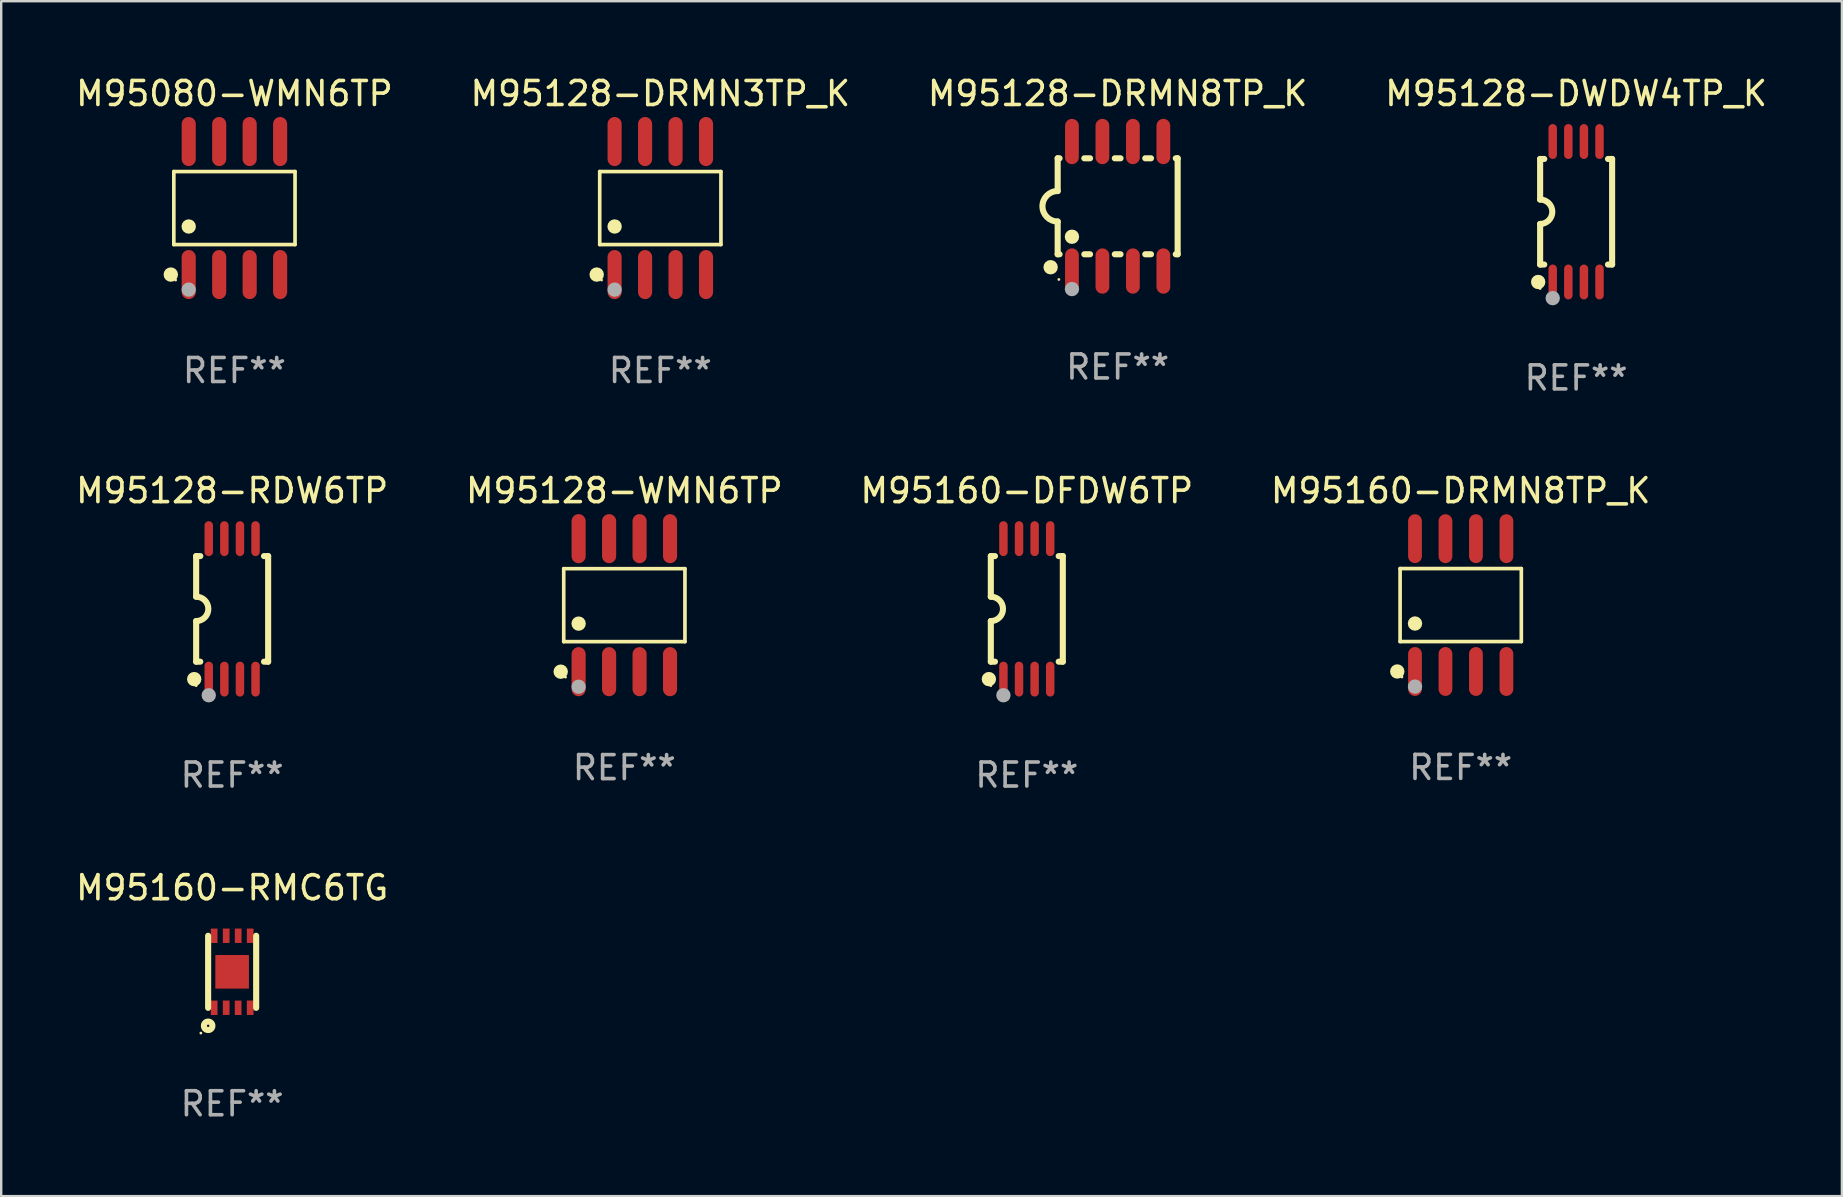
<source format=kicad_pcb>
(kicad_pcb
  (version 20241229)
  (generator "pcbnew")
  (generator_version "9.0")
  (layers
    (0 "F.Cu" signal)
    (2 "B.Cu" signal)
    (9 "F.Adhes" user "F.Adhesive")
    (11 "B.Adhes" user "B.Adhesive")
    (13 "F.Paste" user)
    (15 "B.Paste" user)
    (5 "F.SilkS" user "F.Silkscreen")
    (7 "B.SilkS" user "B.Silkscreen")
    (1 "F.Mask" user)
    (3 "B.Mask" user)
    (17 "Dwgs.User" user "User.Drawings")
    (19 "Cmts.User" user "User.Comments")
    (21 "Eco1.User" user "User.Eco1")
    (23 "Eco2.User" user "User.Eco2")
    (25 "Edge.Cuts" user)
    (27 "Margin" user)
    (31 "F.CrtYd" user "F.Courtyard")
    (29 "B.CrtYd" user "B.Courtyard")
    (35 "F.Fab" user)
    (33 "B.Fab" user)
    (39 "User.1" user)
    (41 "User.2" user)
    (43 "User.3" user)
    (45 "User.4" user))
  (footprint "M95080-WMN6TP"
    (layer "F.Cu")
    (at 6.72 5.621)
    (property "Reference" "M95080-WMN6TP" (at 0 -4.772 0) (layer "F.SilkS") (effects (font (size 1 1) (thickness 0.15))))
    (attr through_hole)
    (fp_line (start -2.526 -1.521) (end 2.526 -1.521) (stroke (width 0.152) (type solid)) (layer "F.SilkS"))
    (fp_line (start -2.526 1.521) (end -2.526 -1.521) (stroke (width 0.152) (type solid)) (layer "F.SilkS"))
    (fp_line (start 2.526 -1.521) (end 2.526 1.521) (stroke (width 0.152) (type solid)) (layer "F.SilkS"))
    (fp_line (start 2.526 1.521) (end -2.526 1.521) (stroke (width 0.152) (type solid)) (layer "F.SilkS"))
    (fp_circle (center -2.652 2.772) (end -2.501 2.772) (stroke (width 0.3) (type solid)) (fill no) (layer "F.SilkS"))
    (fp_circle (center -2.45 3) (end -2.42 3) (stroke (width 0.06) (type solid)) (fill no) (layer "F.SilkS"))
    (fp_circle (center -1.905 0.769) (end -1.755 0.769) (stroke (width 0.3) (type solid)) (fill no) (layer "F.SilkS"))
    (fp_circle (center -1.905 3.4) (end -1.755 3.4) (stroke (width 0.3) (type solid)) (fill no) (layer "F.Fab"))
    (fp_text user "REF**" (at 0 6.772 0) (layer "F.Fab") (effects (font (size 1 1) (thickness 0.15))))
    (pad "1" smd oval (at -1.905 2.772) (size 0.588 2.045) (layers "F.Cu" "F.Mask" "F.Paste"))
    (pad "2" smd oval (at -0.635 2.772) (size 0.588 2.045) (layers "F.Cu" "F.Mask" "F.Paste"))
    (pad "3" smd oval (at 0.635 2.772) (size 0.588 2.045) (layers "F.Cu" "F.Mask" "F.Paste"))
    (pad "4" smd oval (at 1.905 2.772) (size 0.588 2.045) (layers "F.Cu" "F.Mask" "F.Paste"))
    (pad "5" smd oval (at 1.905 -2.772) (size 0.588 2.045) (layers "F.Cu" "F.Mask" "F.Paste"))
    (pad "6" smd oval (at 0.635 -2.772) (size 0.588 2.045) (layers "F.Cu" "F.Mask" "F.Paste"))
    (pad "7" smd oval (at -0.635 -2.772) (size 0.588 2.045) (layers "F.Cu" "F.Mask" "F.Paste"))
    (pad "8" smd oval (at -1.905 -2.772) (size 0.588 2.045) (layers "F.Cu" "F.Mask" "F.Paste")))
  (footprint "M95128-DRMN3TP_K"
    (layer "F.Cu")
    (at 24.47 5.621)
    (property "Reference" "M95128-DRMN3TP_K" (at 0 -4.772 0) (layer "F.SilkS") (effects (font (size 1 1) (thickness 0.15))))
    (attr through_hole)
    (fp_line (start -2.526 -1.521) (end 2.526 -1.521) (stroke (width 0.152) (type solid)) (layer "F.SilkS"))
    (fp_line (start -2.526 1.521) (end -2.526 -1.521) (stroke (width 0.152) (type solid)) (layer "F.SilkS"))
    (fp_line (start 2.526 -1.521) (end 2.526 1.521) (stroke (width 0.152) (type solid)) (layer "F.SilkS"))
    (fp_line (start 2.526 1.521) (end -2.526 1.521) (stroke (width 0.152) (type solid)) (layer "F.SilkS"))
    (fp_circle (center -2.652 2.772) (end -2.501 2.772) (stroke (width 0.3) (type solid)) (fill no) (layer "F.SilkS"))
    (fp_circle (center -2.45 3) (end -2.42 3) (stroke (width 0.06) (type solid)) (fill no) (layer "F.SilkS"))
    (fp_circle (center -1.905 0.769) (end -1.755 0.769) (stroke (width 0.3) (type solid)) (fill no) (layer "F.SilkS"))
    (fp_circle (center -1.905 3.4) (end -1.755 3.4) (stroke (width 0.3) (type solid)) (fill no) (layer "F.Fab"))
    (fp_text user "REF**" (at 0 6.772 0) (layer "F.Fab") (effects (font (size 1 1) (thickness 0.15))))
    (pad "1" smd oval (at -1.905 2.772) (size 0.588 2.045) (layers "F.Cu" "F.Mask" "F.Paste"))
    (pad "2" smd oval (at -0.635 2.772) (size 0.588 2.045) (layers "F.Cu" "F.Mask" "F.Paste"))
    (pad "3" smd oval (at 0.635 2.772) (size 0.588 2.045) (layers "F.Cu" "F.Mask" "F.Paste"))
    (pad "4" smd oval (at 1.905 2.772) (size 0.588 2.045) (layers "F.Cu" "F.Mask" "F.Paste"))
    (pad "5" smd oval (at 1.905 -2.772) (size 0.588 2.045) (layers "F.Cu" "F.Mask" "F.Paste"))
    (pad "6" smd oval (at 0.635 -2.772) (size 0.588 2.045) (layers "F.Cu" "F.Mask" "F.Paste"))
    (pad "7" smd oval (at -0.635 -2.772) (size 0.588 2.045) (layers "F.Cu" "F.Mask" "F.Paste"))
    (pad "8" smd oval (at -1.905 -2.772) (size 0.588 2.045) (layers "F.Cu" "F.Mask" "F.Paste")))
  (footprint "M95128-WMN6TP"
    (layer "F.Cu")
    (at 22.97 22.171)
    (property "Reference" "M95128-WMN6TP" (at 0 -4.772 0) (layer "F.SilkS") (effects (font (size 1 1) (thickness 0.15))))
    (attr through_hole)
    (fp_line (start -2.526 -1.521) (end 2.526 -1.521) (stroke (width 0.152) (type solid)) (layer "F.SilkS"))
    (fp_line (start -2.526 1.521) (end -2.526 -1.521) (stroke (width 0.152) (type solid)) (layer "F.SilkS"))
    (fp_line (start 2.526 -1.521) (end 2.526 1.521) (stroke (width 0.152) (type solid)) (layer "F.SilkS"))
    (fp_line (start 2.526 1.521) (end -2.526 1.521) (stroke (width 0.152) (type solid)) (layer "F.SilkS"))
    (fp_circle (center -2.652 2.772) (end -2.501 2.772) (stroke (width 0.3) (type solid)) (fill no) (layer "F.SilkS"))
    (fp_circle (center -2.45 3) (end -2.42 3) (stroke (width 0.06) (type solid)) (fill no) (layer "F.SilkS"))
    (fp_circle (center -1.905 0.769) (end -1.755 0.769) (stroke (width 0.3) (type solid)) (fill no) (layer "F.SilkS"))
    (fp_circle (center -1.905 3.4) (end -1.755 3.4) (stroke (width 0.3) (type solid)) (fill no) (layer "F.Fab"))
    (fp_text user "REF**" (at 0 6.772 0) (layer "F.Fab") (effects (font (size 1 1) (thickness 0.15))))
    (pad "1" smd oval (at -1.905 2.772) (size 0.588 2.045) (layers "F.Cu" "F.Mask" "F.Paste"))
    (pad "2" smd oval (at -0.635 2.772) (size 0.588 2.045) (layers "F.Cu" "F.Mask" "F.Paste"))
    (pad "3" smd oval (at 0.635 2.772) (size 0.588 2.045) (layers "F.Cu" "F.Mask" "F.Paste"))
    (pad "4" smd oval (at 1.905 2.772) (size 0.588 2.045) (layers "F.Cu" "F.Mask" "F.Paste"))
    (pad "5" smd oval (at 1.905 -2.772) (size 0.588 2.045) (layers "F.Cu" "F.Mask" "F.Paste"))
    (pad "6" smd oval (at 0.635 -2.772) (size 0.588 2.045) (layers "F.Cu" "F.Mask" "F.Paste"))
    (pad "7" smd oval (at -0.635 -2.772) (size 0.588 2.045) (layers "F.Cu" "F.Mask" "F.Paste"))
    (pad "8" smd oval (at -1.905 -2.772) (size 0.588 2.045) (layers "F.Cu" "F.Mask" "F.Paste")))
  (footprint "M95160-RMC6TG"
    (layer "F.Cu")
    (at 6.625 37.451)
    (property "Reference" "M95160-RMC6TG" (at 0 -3.502 0) (layer "F.SilkS") (effects (font (size 1 1) (thickness 0.15))))
    (attr through_hole)
    (fp_line (start -1.001 1.502) (end -1.001 -1.501) (stroke (width 0.254) (type solid)) (layer "F.SilkS"))
    (fp_line (start 1.001 1.502) (end 1.001 -1.501) (stroke (width 0.254) (type solid)) (layer "F.SilkS"))
    (fp_circle (center -1.304 2.554) (end -1.274 2.554) (stroke (width 0.06) (type solid)) (fill no) (layer "F.SilkS"))
    (fp_circle (center -1 2.251) (end -0.823 2.251) (stroke (width 0.254) (type solid)) (fill no) (layer "F.SilkS"))
    (fp_text user "REF**" (at 0 5.502 0) (layer "F.Fab") (effects (font (size 1 1) (thickness 0.15))))
    (pad "1" smd rect (at -0.75 1.5 180) (size 0.28 0.6) (layers "F.Cu" "F.Mask" "F.Paste"))
    (pad "2" smd rect (at -0.248 1.498 180) (size 0.28 0.6) (layers "F.Cu" "F.Mask" "F.Paste"))
    (pad "3" smd rect (at 0.25 1.5 180) (size 0.28 0.6) (layers "F.Cu" "F.Mask" "F.Paste"))
    (pad "4" smd rect (at 0.752 1.498 180) (size 0.28 0.6) (layers "F.Cu" "F.Mask" "F.Paste"))
    (pad "5" smd rect (at 0.752 -1.502 180) (size 0.28 0.6) (layers "F.Cu" "F.Mask" "F.Paste"))
    (pad "6" smd rect (at 0.252 -1.502 180) (size 0.28 0.6) (layers "F.Cu" "F.Mask" "F.Paste"))
    (pad "7" smd rect (at -0.248 -1.502 180) (size 0.28 0.6) (layers "F.Cu" "F.Mask" "F.Paste"))
    (pad "8" smd rect (at -0.75 -1.5 180) (size 0.28 0.6) (layers "F.Cu" "F.Mask" "F.Paste"))
    (pad "9" smd rect (at 0.000051 0.001 270) (size 1.4 1.4) (layers "F.Cu" "F.Mask" "F.Paste")))
  (footprint "M95160-DFDW6TP"
    (layer "F.Cu")
    (at 39.744 22.326)
    (property "Reference" "M95160-DFDW6TP" (at 0 -4.927 0) (layer "F.SilkS") (effects (font (size 1 1) (thickness 0.15))))
    (attr through_hole)
    (fp_line (start -1.5 -2.2) (end -1.5 -0.508) (stroke (width 0.254) (type solid)) (layer "F.SilkS"))
    (fp_line (start -1.5 -2.2) (end -1.328 -2.2) (stroke (width 0.254) (type solid)) (layer "F.SilkS"))
    (fp_line (start -1.5 2.2) (end -1.5 0.508) (stroke (width 0.254) (type solid)) (layer "F.SilkS"))
    (fp_line (start -1.5 2.2) (end -1.328 2.2) (stroke (width 0.254) (type solid)) (layer "F.SilkS"))
    (fp_line (start 1.328 -2.2) (end 1.5 -2.2) (stroke (width 0.254) (type solid)) (layer "F.SilkS"))
    (fp_line (start 1.328 2.2) (end 1.5 2.2) (stroke (width 0.254) (type solid)) (layer "F.SilkS"))
    (fp_line (start 1.5 -2.2) (end 1.5 2.2) (stroke (width 0.254) (type solid)) (layer "F.SilkS"))
    (fp_arc (start -1.501144 -0.508) (mid -0.993143 -0.000571) (end -1.5 0.508001) (stroke (width 0.254001) (type solid)) (layer "F.SilkS"))
    (fp_circle (center -1.581 2.927) (end -1.431 2.927) (stroke (width 0.3) (type solid)) (fill no) (layer "F.SilkS"))
    (fp_circle (center -1.5 3.2) (end -1.47 3.2) (stroke (width 0.06) (type solid)) (fill no) (layer "F.SilkS"))
    (fp_circle (center -0.975 3.6) (end -0.825 3.6) (stroke (width 0.3) (type solid)) (fill no) (layer "F.Fab"))
    (fp_text user "REF**" (at 0 6.927 0) (layer "F.Fab") (effects (font (size 1 1) (thickness 0.15))))
    (pad "1" smd oval (at -0.975 2.927) (size 0.353 1.454) (layers "F.Cu" "F.Mask" "F.Paste"))
    (pad "2" smd oval (at -0.325 2.927) (size 0.353 1.454) (layers "F.Cu" "F.Mask" "F.Paste"))
    (pad "3" smd oval (at 0.325 2.927) (size 0.353 1.454) (layers "F.Cu" "F.Mask" "F.Paste"))
    (pad "4" smd oval (at 0.975 2.927) (size 0.353 1.454) (layers "F.Cu" "F.Mask" "F.Paste"))
    (pad "5" smd oval (at 0.975 -2.927) (size 0.353 1.454) (layers "F.Cu" "F.Mask" "F.Paste"))
    (pad "6" smd oval (at 0.325 -2.927) (size 0.353 1.454) (layers "F.Cu" "F.Mask" "F.Paste"))
    (pad "7" smd oval (at -0.325 -2.927) (size 0.353 1.454) (layers "F.Cu" "F.Mask" "F.Paste"))
    (pad "8" smd oval (at -0.975 -2.927) (size 0.353 1.454) (layers "F.Cu" "F.Mask" "F.Paste")))
  (footprint "M95128-DRMN8TP_K"
    (layer "F.Cu")
    (at 43.53 5.547)
    (property "Reference" "M95128-DRMN8TP_K" (at 0 -4.699 0) (layer "F.SilkS") (effects (font (size 1 1) (thickness 0.15))))
    (attr through_hole)
    (fp_line (start -2.5 -2) (end -2.5 -0.635) (stroke (width 0.254) (type solid)) (layer "F.SilkS"))
    (fp_line (start -2.5 -2) (end -2.421 -2) (stroke (width 0.254) (type solid)) (layer "F.SilkS"))
    (fp_line (start -2.5 2) (end -2.5 0.635) (stroke (width 0.254) (type solid)) (layer "F.SilkS"))
    (fp_line (start -2.5 2) (end -2.421 2) (stroke (width 0.254) (type solid)) (layer "F.SilkS"))
    (fp_line (start -1.389 -2) (end -1.151 -2) (stroke (width 0.254) (type solid)) (layer "F.SilkS"))
    (fp_line (start -1.389 2) (end -1.151 2) (stroke (width 0.254) (type solid)) (layer "F.SilkS"))
    (fp_line (start -0.119 -2) (end 0.119 -2) (stroke (width 0.254) (type solid)) (layer "F.SilkS"))
    (fp_line (start -0.119 2) (end 0.119 2) (stroke (width 0.254) (type solid)) (layer "F.SilkS"))
    (fp_line (start 1.151 -2) (end 1.389 -2) (stroke (width 0.254) (type solid)) (layer "F.SilkS"))
    (fp_line (start 1.151 2) (end 1.389 2) (stroke (width 0.254) (type solid)) (layer "F.SilkS"))
    (fp_line (start 2.421 -2) (end 2.5 -2) (stroke (width 0.254) (type solid)) (layer "F.SilkS"))
    (fp_line (start 2.421 2) (end 2.5 2) (stroke (width 0.254) (type solid)) (layer "F.SilkS"))
    (fp_line (start 2.5 -2) (end 2.5 2) (stroke (width 0.254) (type solid)) (layer "F.SilkS"))
    (fp_arc (start -2.5 0.635001) (mid -3.134366 -0.000318) (end -2.499365 -0.635001) (stroke (width 0.254001) (type solid)) (layer "F.SilkS"))
    (fp_circle (center -2.794 2.54) (end -2.644 2.54) (stroke (width 0.3) (type solid)) (fill no) (layer "F.SilkS"))
    (fp_circle (center -2.45 3.05) (end -2.42 3.05) (stroke (width 0.06) (type solid)) (fill no) (layer "F.SilkS"))
    (fp_circle (center -1.905 1.27) (end -1.755 1.27) (stroke (width 0.3) (type solid)) (fill no) (layer "F.SilkS"))
    (fp_circle (center -1.905 3.45) (end -1.755 3.45) (stroke (width 0.3) (type solid)) (fill no) (layer "F.Fab"))
    (fp_text user "REF**" (at 0 6.699 0) (layer "F.Fab") (effects (font (size 1 1) (thickness 0.15))))
    (pad "1" smd oval (at -1.905 2.699) (size 0.574 1.888) (layers "F.Cu" "F.Mask" "F.Paste"))
    (pad "2" smd oval (at -0.635 2.699) (size 0.574 1.888) (layers "F.Cu" "F.Mask" "F.Paste"))
    (pad "3" smd oval (at 0.635 2.699) (size 0.574 1.888) (layers "F.Cu" "F.Mask" "F.Paste"))
    (pad "4" smd oval (at 1.905 2.699) (size 0.574 1.888) (layers "F.Cu" "F.Mask" "F.Paste"))
    (pad "5" smd oval (at 1.905 -2.699) (size 0.574 1.888) (layers "F.Cu" "F.Mask" "F.Paste"))
    (pad "6" smd oval (at 0.635 -2.699) (size 0.574 1.888) (layers "F.Cu" "F.Mask" "F.Paste"))
    (pad "7" smd oval (at -0.635 -2.699) (size 0.574 1.888) (layers "F.Cu" "F.Mask" "F.Paste"))
    (pad "8" smd oval (at -1.905 -2.699) (size 0.574 1.888) (layers "F.Cu" "F.Mask" "F.Paste")))
  (footprint "M95128-DWDW4TP_K"
    (layer "F.Cu")
    (at 62.637 5.775)
    (property "Reference" "M95128-DWDW4TP_K" (at 0 -4.927 0) (layer "F.SilkS") (effects (font (size 1 1) (thickness 0.15))))
    (attr through_hole)
    (fp_line (start -1.5 -2.2) (end -1.5 -0.508) (stroke (width 0.254) (type solid)) (layer "F.SilkS"))
    (fp_line (start -1.5 -2.2) (end -1.328 -2.2) (stroke (width 0.254) (type solid)) (layer "F.SilkS"))
    (fp_line (start -1.5 2.2) (end -1.5 0.508) (stroke (width 0.254) (type solid)) (layer "F.SilkS"))
    (fp_line (start -1.5 2.2) (end -1.328 2.2) (stroke (width 0.254) (type solid)) (layer "F.SilkS"))
    (fp_line (start 1.328 -2.2) (end 1.5 -2.2) (stroke (width 0.254) (type solid)) (layer "F.SilkS"))
    (fp_line (start 1.328 2.2) (end 1.5 2.2) (stroke (width 0.254) (type solid)) (layer "F.SilkS"))
    (fp_line (start 1.5 -2.2) (end 1.5 2.2) (stroke (width 0.254) (type solid)) (layer "F.SilkS"))
    (fp_arc (start -1.501144 -0.508) (mid -0.993143 -0.000571) (end -1.5 0.508001) (stroke (width 0.254001) (type solid)) (layer "F.SilkS"))
    (fp_circle (center -1.581 2.927) (end -1.431 2.927) (stroke (width 0.3) (type solid)) (fill no) (layer "F.SilkS"))
    (fp_circle (center -1.5 3.2) (end -1.47 3.2) (stroke (width 0.06) (type solid)) (fill no) (layer "F.SilkS"))
    (fp_circle (center -0.975 3.6) (end -0.825 3.6) (stroke (width 0.3) (type solid)) (fill no) (layer "F.Fab"))
    (fp_text user "REF**" (at 0 6.927 0) (layer "F.Fab") (effects (font (size 1 1) (thickness 0.15))))
    (pad "1" smd oval (at -0.975 2.927) (size 0.353 1.454) (layers "F.Cu" "F.Mask" "F.Paste"))
    (pad "2" smd oval (at -0.325 2.927) (size 0.353 1.454) (layers "F.Cu" "F.Mask" "F.Paste"))
    (pad "3" smd oval (at 0.325 2.927) (size 0.353 1.454) (layers "F.Cu" "F.Mask" "F.Paste"))
    (pad "4" smd oval (at 0.975 2.927) (size 0.353 1.454) (layers "F.Cu" "F.Mask" "F.Paste"))
    (pad "5" smd oval (at 0.975 -2.927) (size 0.353 1.454) (layers "F.Cu" "F.Mask" "F.Paste"))
    (pad "6" smd oval (at 0.325 -2.927) (size 0.353 1.454) (layers "F.Cu" "F.Mask" "F.Paste"))
    (pad "7" smd oval (at -0.325 -2.927) (size 0.353 1.454) (layers "F.Cu" "F.Mask" "F.Paste"))
    (pad "8" smd oval (at -0.975 -2.927) (size 0.353 1.454) (layers "F.Cu" "F.Mask" "F.Paste")))
  (footprint "M95160-DRMN8TP_K"
    (layer "F.Cu")
    (at 57.827 22.167)
    (property "Reference" "M95160-DRMN8TP_K" (at 0 -4.768 0) (layer "F.SilkS") (effects (font (size 1 1) (thickness 0.15))))
    (attr through_hole)
    (fp_line (start -2.526 -1.521) (end 2.526 -1.521) (stroke (width 0.152) (type solid)) (layer "F.SilkS"))
    (fp_line (start -2.526 1.521) (end -2.526 -1.521) (stroke (width 0.152) (type solid)) (layer "F.SilkS"))
    (fp_line (start 2.526 -1.521) (end 2.526 1.521) (stroke (width 0.152) (type solid)) (layer "F.SilkS"))
    (fp_line (start 2.526 1.521) (end -2.526 1.521) (stroke (width 0.152) (type solid)) (layer "F.SilkS"))
    (fp_circle (center -2.644 2.768) (end -2.494 2.768) (stroke (width 0.3) (type solid)) (fill no) (layer "F.SilkS"))
    (fp_circle (center -2.45 2.998) (end -2.42 2.998) (stroke (width 0.06) (type solid)) (fill no) (layer "F.SilkS"))
    (fp_circle (center -1.905 0.769) (end -1.755 0.769) (stroke (width 0.3) (type solid)) (fill no) (layer "F.SilkS"))
    (fp_circle (center -1.905 3.398) (end -1.755 3.398) (stroke (width 0.3) (type solid)) (fill no) (layer "F.Fab"))
    (fp_text user "REF**" (at 0 6.768 0) (layer "F.Fab") (effects (font (size 1 1) (thickness 0.15))))
    (pad "1" smd oval (at -1.905 2.768) (size 0.574 2.036) (layers "F.Cu" "F.Mask" "F.Paste"))
    (pad "2" smd oval (at -0.635 2.768) (size 0.574 2.036) (layers "F.Cu" "F.Mask" "F.Paste"))
    (pad "3" smd oval (at 0.635 2.768) (size 0.574 2.036) (layers "F.Cu" "F.Mask" "F.Paste"))
    (pad "4" smd oval (at 1.905 2.768) (size 0.574 2.036) (layers "F.Cu" "F.Mask" "F.Paste"))
    (pad "5" smd oval (at 1.905 -2.768) (size 0.574 2.036) (layers "F.Cu" "F.Mask" "F.Paste"))
    (pad "6" smd oval (at 0.635 -2.768) (size 0.574 2.036) (layers "F.Cu" "F.Mask" "F.Paste"))
    (pad "7" smd oval (at -0.635 -2.768) (size 0.574 2.036) (layers "F.Cu" "F.Mask" "F.Paste"))
    (pad "8" smd oval (at -1.905 -2.768) (size 0.574 2.036) (layers "F.Cu" "F.Mask" "F.Paste")))
  (footprint "M95128-RDW6TP"
    (layer "F.Cu")
    (at 6.625 22.326)
    (property "Reference" "M95128-RDW6TP" (at 0 -4.927 0) (layer "F.SilkS") (effects (font (size 1 1) (thickness 0.15))))
    (attr through_hole)
    (fp_line (start -1.5 -2.2) (end -1.5 -0.508) (stroke (width 0.254) (type solid)) (layer "F.SilkS"))
    (fp_line (start -1.5 -2.2) (end -1.328 -2.2) (stroke (width 0.254) (type solid)) (layer "F.SilkS"))
    (fp_line (start -1.5 2.2) (end -1.5 0.508) (stroke (width 0.254) (type solid)) (layer "F.SilkS"))
    (fp_line (start -1.5 2.2) (end -1.328 2.2) (stroke (width 0.254) (type solid)) (layer "F.SilkS"))
    (fp_line (start 1.328 -2.2) (end 1.5 -2.2) (stroke (width 0.254) (type solid)) (layer "F.SilkS"))
    (fp_line (start 1.328 2.2) (end 1.5 2.2) (stroke (width 0.254) (type solid)) (layer "F.SilkS"))
    (fp_line (start 1.5 -2.2) (end 1.5 2.2) (stroke (width 0.254) (type solid)) (layer "F.SilkS"))
    (fp_arc (start -1.501144 -0.508) (mid -0.993143 -0.000571) (end -1.5 0.508001) (stroke (width 0.254001) (type solid)) (layer "F.SilkS"))
    (fp_circle (center -1.581 2.927) (end -1.431 2.927) (stroke (width 0.3) (type solid)) (fill no) (layer "F.SilkS"))
    (fp_circle (center -1.5 3.2) (end -1.47 3.2) (stroke (width 0.06) (type solid)) (fill no) (layer "F.SilkS"))
    (fp_circle (center -0.975 3.6) (end -0.825 3.6) (stroke (width 0.3) (type solid)) (fill no) (layer "F.Fab"))
    (fp_text user "REF**" (at 0 6.927 0) (layer "F.Fab") (effects (font (size 1 1) (thickness 0.15))))
    (pad "1" smd oval (at -0.975 2.927) (size 0.353 1.454) (layers "F.Cu" "F.Mask" "F.Paste"))
    (pad "2" smd oval (at -0.325 2.927) (size 0.353 1.454) (layers "F.Cu" "F.Mask" "F.Paste"))
    (pad "3" smd oval (at 0.325 2.927) (size 0.353 1.454) (layers "F.Cu" "F.Mask" "F.Paste"))
    (pad "4" smd oval (at 0.975 2.927) (size 0.353 1.454) (layers "F.Cu" "F.Mask" "F.Paste"))
    (pad "5" smd oval (at 0.975 -2.927) (size 0.353 1.454) (layers "F.Cu" "F.Mask" "F.Paste"))
    (pad "6" smd oval (at 0.325 -2.927) (size 0.353 1.454) (layers "F.Cu" "F.Mask" "F.Paste"))
    (pad "7" smd oval (at -0.325 -2.927) (size 0.353 1.454) (layers "F.Cu" "F.Mask" "F.Paste"))
    (pad "8" smd oval (at -0.975 -2.927) (size 0.353 1.454) (layers "F.Cu" "F.Mask" "F.Paste")))
  (gr_rect
    (start -3 -3)
    (end 73.714 46.801)
    (stroke (width 0.1) (type default))
    (fill no)
    (layer "Edge.Cuts")))
</source>
